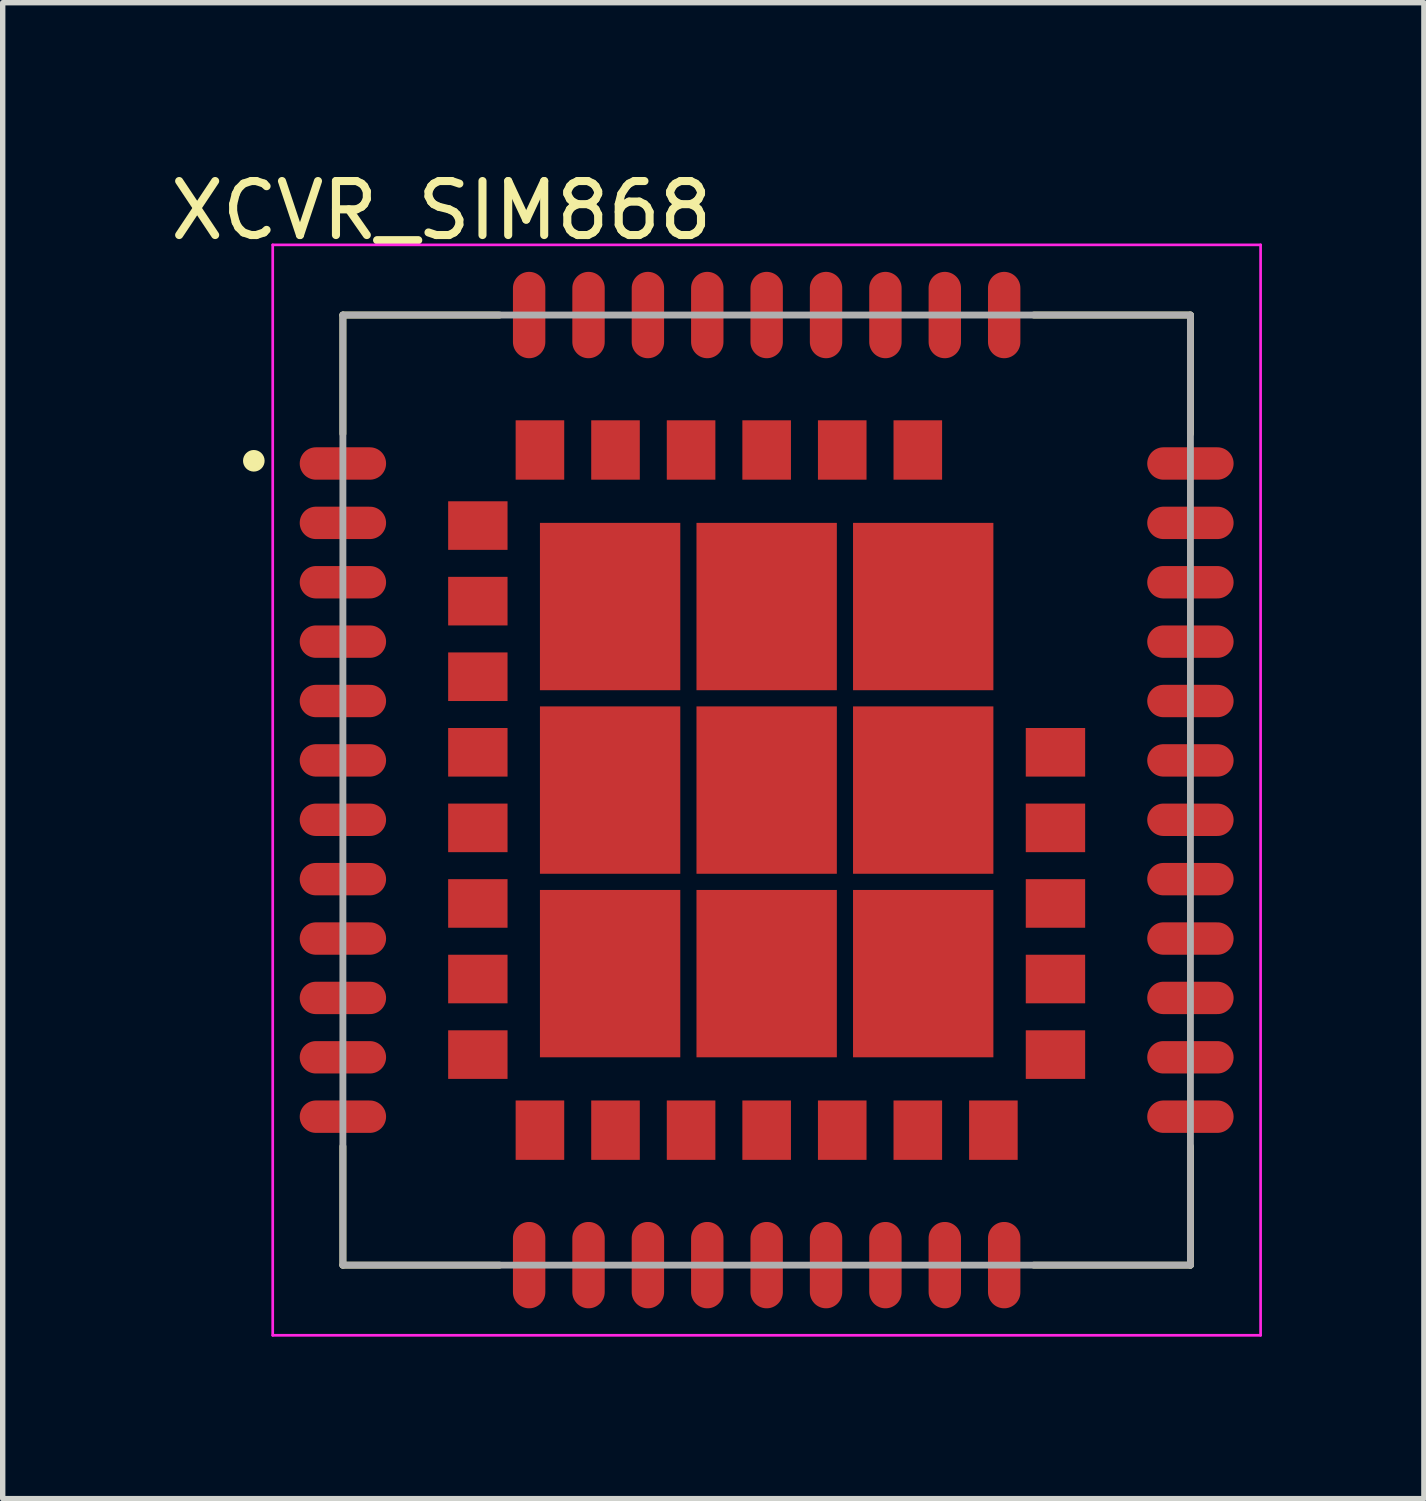
<source format=kicad_pcb>
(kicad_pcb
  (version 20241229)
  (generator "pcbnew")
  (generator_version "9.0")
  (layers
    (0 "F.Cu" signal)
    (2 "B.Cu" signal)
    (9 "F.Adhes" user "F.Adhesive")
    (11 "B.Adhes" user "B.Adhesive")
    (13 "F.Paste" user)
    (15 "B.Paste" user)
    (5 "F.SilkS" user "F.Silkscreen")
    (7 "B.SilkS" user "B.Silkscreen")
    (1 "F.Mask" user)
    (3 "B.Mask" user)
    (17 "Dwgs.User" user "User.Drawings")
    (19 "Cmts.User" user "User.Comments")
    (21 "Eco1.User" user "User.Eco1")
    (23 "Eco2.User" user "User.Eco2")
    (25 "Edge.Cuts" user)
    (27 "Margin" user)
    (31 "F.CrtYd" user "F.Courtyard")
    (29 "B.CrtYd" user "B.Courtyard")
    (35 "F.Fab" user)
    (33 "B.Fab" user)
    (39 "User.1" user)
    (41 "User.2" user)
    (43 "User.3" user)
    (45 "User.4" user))
  (footprint "XCVR_SIM868"
    (layer "F.Cu")
    (at 11.152 11.586)
    (property "Reference" "XCVR_SIM868" (at -6.026 -10.737 0) (layer "F.SilkS") (effects (font (size 1 1) (thickness 0.15))))
    (attr smd)
    (fp_line (start -7.85 -8.8) (end -4.95 -8.8) (stroke (width 0.127) (type solid)) (layer "F.SilkS"))
    (fp_line (start -7.85 -6.6) (end -7.85 -8.8) (stroke (width 0.127) (type solid)) (layer "F.SilkS"))
    (fp_line (start -7.85 6.6) (end -7.85 8.8) (stroke (width 0.127) (type solid)) (layer "F.SilkS"))
    (fp_line (start -7.85 8.8) (end -4.95 8.8) (stroke (width 0.127) (type solid)) (layer "F.SilkS"))
    (fp_line (start 4.95 -8.8) (end 7.85 -8.8) (stroke (width 0.127) (type solid)) (layer "F.SilkS"))
    (fp_line (start 4.95 8.8) (end 7.85 8.8) (stroke (width 0.127) (type solid)) (layer "F.SilkS"))
    (fp_line (start 7.85 -8.8) (end 7.85 -6.6) (stroke (width 0.127) (type solid)) (layer "F.SilkS"))
    (fp_line (start 7.85 8.8) (end 7.85 6.6) (stroke (width 0.127) (type solid)) (layer "F.SilkS"))
    (fp_circle (center -9.5 -6.1) (end -9.4 -6.1) (stroke (width 0.2) (type solid)) (fill no) (layer "F.SilkS"))
    (fp_poly (pts (xy -5.838 5.258) (xy -5.838 4.95) (xy -5.4 4.95) (xy -5.4 5.258)) (stroke (width 0.01) (type solid)) (fill yes) (layer "F.Paste"))
    (fp_poly (pts (xy -5.834 4.854) (xy -5.834 4.55) (xy -5.4 4.55) (xy -5.4 4.854)) (stroke (width 0.01) (type solid)) (fill yes) (layer "F.Paste"))
    (fp_poly (pts (xy -5.834 -0.346) (xy -5.834 -0.655) (xy -5.405 -0.655) (xy -5.405 -0.346)) (stroke (width 0.01) (type solid)) (fill yes) (layer "F.Paste"))
    (fp_poly (pts (xy -5.833 -2.147) (xy -5.833 -2.457) (xy -5.407 -2.457) (xy -5.407 -2.147)) (stroke (width 0.01) (type solid)) (fill yes) (layer "F.Paste"))
    (fp_poly (pts (xy -5.833 3.453) (xy -5.833 3.149) (xy -5.401 3.149) (xy -5.401 3.453)) (stroke (width 0.01) (type solid)) (fill yes) (layer "F.Paste"))
    (fp_poly (pts (xy -5.833 -3.147) (xy -5.833 -3.458) (xy -5.408 -3.458) (xy -5.408 -3.147)) (stroke (width 0.01) (type solid)) (fill yes) (layer "F.Paste"))
    (fp_poly (pts (xy -5.832 2.452) (xy -5.832 2.149) (xy -5.401 2.149) (xy -5.401 2.452)) (stroke (width 0.01) (type solid)) (fill yes) (layer "F.Paste"))
    (fp_poly (pts (xy -5.832 3.852) (xy -5.832 3.55) (xy -5.4 3.55) (xy -5.4 3.852)) (stroke (width 0.01) (type solid)) (fill yes) (layer "F.Paste"))
    (fp_poly (pts (xy -5.832 -3.548) (xy -5.832 -3.858) (xy -5.408 -3.858) (xy -5.408 -3.548)) (stroke (width 0.01) (type solid)) (fill yes) (layer "F.Paste"))
    (fp_poly (pts (xy -5.832 1.052) (xy -5.832 0.749) (xy -5.401 0.749) (xy -5.401 1.052)) (stroke (width 0.01) (type solid)) (fill yes) (layer "F.Paste"))
    (fp_poly (pts (xy -5.831 -4.549) (xy -5.831 -4.858) (xy -5.408 -4.858) (xy -5.408 -4.549)) (stroke (width 0.01) (type solid)) (fill yes) (layer "F.Paste"))
    (fp_poly (pts (xy -5.831 -4.949) (xy -5.831 -5.259) (xy -5.409 -5.259) (xy -5.409 -4.949)) (stroke (width 0.01) (type solid)) (fill yes) (layer "F.Paste"))
    (fp_poly (pts (xy -5.831 2.051) (xy -5.831 1.75) (xy -5.4 1.75) (xy -5.4 2.051)) (stroke (width 0.01) (type solid)) (fill yes) (layer "F.Paste"))
    (fp_poly (pts (xy -5.831 -1.749) (xy -5.831 -2.051) (xy -5.401 -2.051) (xy -5.401 -1.749)) (stroke (width 0.01) (type solid)) (fill yes) (layer "F.Paste"))
    (fp_poly (pts (xy -5.831 0.651) (xy -5.831 0.35) (xy -5.4 0.35) (xy -5.4 0.651)) (stroke (width 0.01) (type solid)) (fill yes) (layer "F.Paste"))
    (fp_poly (pts (xy -5.83 -0.75) (xy -5.83 -1.05) (xy -5.4 -1.05) (xy -5.4 -0.75)) (stroke (width 0.01) (type solid)) (fill yes) (layer "F.Paste"))
    (fp_poly (pts (xy -5.309 5.259) (xy -5.309 4.95) (xy -4.87 4.95) (xy -4.87 5.259)) (stroke (width 0.01) (type solid)) (fill yes) (layer "F.Paste"))
    (fp_poly (pts (xy -5.306 2.056) (xy -5.306 1.747) (xy -4.873 1.747) (xy -4.873 2.056)) (stroke (width 0.01) (type solid)) (fill yes) (layer "F.Paste"))
    (fp_poly (pts (xy -5.305 4.855) (xy -5.305 4.55) (xy -4.87 4.55) (xy -4.87 4.855)) (stroke (width 0.01) (type solid)) (fill yes) (layer "F.Paste"))
    (fp_poly (pts (xy -5.305 0.655) (xy -5.305 0.346) (xy -4.874 0.346) (xy -4.874 0.655)) (stroke (width 0.01) (type solid)) (fill yes) (layer "F.Paste"))
    (fp_poly (pts (xy -5.305 1.055) (xy -5.305 0.747) (xy -4.873 0.747) (xy -4.873 1.055)) (stroke (width 0.01) (type solid)) (fill yes) (layer "F.Paste"))
    (fp_poly (pts (xy -5.304 3.454) (xy -5.304 3.149) (xy -4.871 3.149) (xy -4.871 3.454)) (stroke (width 0.01) (type solid)) (fill yes) (layer "F.Paste"))
    (fp_poly (pts (xy -5.304 2.454) (xy -5.304 2.149) (xy -4.871 2.149) (xy -4.871 2.454)) (stroke (width 0.01) (type solid)) (fill yes) (layer "F.Paste"))
    (fp_poly (pts (xy -5.302 -0.748) (xy -5.302 -1.053) (xy -4.873 -1.053) (xy -4.873 -0.748)) (stroke (width 0.01) (type solid)) (fill yes) (layer "F.Paste"))
    (fp_poly (pts (xy -5.302 3.852) (xy -5.302 3.55) (xy -4.87 3.55) (xy -4.87 3.852)) (stroke (width 0.01) (type solid)) (fill yes) (layer "F.Paste"))
    (fp_poly (pts (xy -5.301 -3.549) (xy -5.301 -3.857) (xy -4.877 -3.857) (xy -4.877 -3.549)) (stroke (width 0.01) (type solid)) (fill yes) (layer "F.Paste"))
    (fp_poly (pts (xy -5.301 -3.149) (xy -5.301 -3.455) (xy -4.875 -3.455) (xy -4.875 -3.149)) (stroke (width 0.01) (type solid)) (fill yes) (layer "F.Paste"))
    (fp_poly (pts (xy -5.301 -1.749) (xy -5.301 -2.052) (xy -4.872 -2.052) (xy -4.872 -1.749)) (stroke (width 0.01) (type solid)) (fill yes) (layer "F.Paste"))
    (fp_poly (pts (xy -5.301 -0.349) (xy -5.301 -0.651) (xy -4.871 -0.651) (xy -4.871 -0.349)) (stroke (width 0.01) (type solid)) (fill yes) (layer "F.Paste"))
    (fp_poly (pts (xy -5.301 -2.149) (xy -5.301 -2.452) (xy -4.872 -2.452) (xy -4.872 -2.149)) (stroke (width 0.01) (type solid)) (fill yes) (layer "F.Paste"))
    (fp_poly (pts (xy -5.301 -4.549) (xy -5.301 -4.859) (xy -4.879 -4.859) (xy -4.879 -4.549)) (stroke (width 0.01) (type solid)) (fill yes) (layer "F.Paste"))
    (fp_poly (pts (xy -5.3 -4.95) (xy -5.3 -5.254) (xy -4.874 -5.254) (xy -4.874 -4.95)) (stroke (width 0.01) (type solid)) (fill yes) (layer "F.Paste"))
    (fp_poly (pts (xy -4.555 -6.25) (xy -4.25 -6.25) (xy -4.25 -5.827) (xy -4.555 -5.827)) (stroke (width 0.01) (type solid)) (fill yes) (layer "F.Paste"))
    (fp_poly (pts (xy -4.554 5.82) (xy -4.25 5.82) (xy -4.25 6.256) (xy -4.554 6.256)) (stroke (width 0.01) (type solid)) (fill yes) (layer "F.Paste"))
    (fp_poly (pts (xy -4.554 6.35) (xy -4.25 6.35) (xy -4.25 6.786) (xy -4.554 6.786)) (stroke (width 0.01) (type solid)) (fill yes) (layer "F.Paste"))
    (fp_poly (pts (xy -4.554 -6.78) (xy -4.25 -6.78) (xy -4.25 -6.356) (xy -4.554 -6.356)) (stroke (width 0.01) (type solid)) (fill yes) (layer "F.Paste"))
    (fp_poly (pts (xy -4.156 5.82) (xy -3.85 5.82) (xy -3.85 6.26) (xy -4.156 6.26)) (stroke (width 0.01) (type solid)) (fill yes) (layer "F.Paste"))
    (fp_poly (pts (xy -4.155 -6.25) (xy -3.85 -6.25) (xy -3.85 -5.827) (xy -4.155 -5.827)) (stroke (width 0.01) (type solid)) (fill yes) (layer "F.Paste"))
    (fp_poly (pts (xy -4.153 -6.78) (xy -3.85 -6.78) (xy -3.85 -6.355) (xy -4.153 -6.355)) (stroke (width 0.01) (type solid)) (fill yes) (layer "F.Paste"))
    (fp_poly (pts (xy -4.151 6.35) (xy -3.85 6.35) (xy -3.85 6.782) (xy -4.151 6.782)) (stroke (width 0.01) (type solid)) (fill yes) (layer "F.Paste"))
    (fp_poly (pts (xy -3.907 -1.25) (xy -3.2 -1.25) (xy -3.2 -0.301) (xy -3.907 -0.301)) (stroke (width 0.01) (type solid)) (fill yes) (layer "F.Paste"))
    (fp_poly (pts (xy -3.905 3.7) (xy -3.2 3.7) (xy -3.2 4.656) (xy -3.905 4.656)) (stroke (width 0.01) (type solid)) (fill yes) (layer "F.Paste"))
    (fp_poly (pts (xy -3.905 2.15) (xy -3.2 2.15) (xy -3.2 3.104) (xy -3.905 3.104)) (stroke (width 0.01) (type solid)) (fill yes) (layer "F.Paste"))
    (fp_poly (pts (xy -3.905 -3.1) (xy -3.2 -3.1) (xy -3.2 -2.153) (xy -3.905 -2.153)) (stroke (width 0.01) (type solid)) (fill yes) (layer "F.Paste"))
    (fp_poly (pts (xy -3.904 -4.65) (xy -3.2 -4.65) (xy -3.2 -3.704) (xy -3.904 -3.704)) (stroke (width 0.01) (type solid)) (fill yes) (layer "F.Paste"))
    (fp_poly (pts (xy -3.903 0.3) (xy -3.2 0.3) (xy -3.2 1.251) (xy -3.903 1.251)) (stroke (width 0.01) (type solid)) (fill yes) (layer "F.Paste"))
    (fp_poly (pts (xy -3.155 -6.25) (xy -2.85 -6.25) (xy -2.85 -5.83) (xy -3.155 -5.83)) (stroke (width 0.01) (type solid)) (fill yes) (layer "F.Paste"))
    (fp_poly (pts (xy -3.154 6.35) (xy -2.85 6.35) (xy -2.85 6.788) (xy -3.154 6.788)) (stroke (width 0.01) (type solid)) (fill yes) (layer "F.Paste"))
    (fp_poly (pts (xy -3.153 -6.78) (xy -2.85 -6.78) (xy -2.85 -6.356) (xy -3.153 -6.356)) (stroke (width 0.01) (type solid)) (fill yes) (layer "F.Paste"))
    (fp_poly (pts (xy -3.151 5.82) (xy -2.85 5.82) (xy -2.85 6.252) (xy -3.151 6.252)) (stroke (width 0.01) (type solid)) (fill yes) (layer "F.Paste"))
    (fp_poly (pts (xy -2.754 5.82) (xy -2.45 5.82) (xy -2.45 6.26) (xy -2.754 6.26)) (stroke (width 0.01) (type solid)) (fill yes) (layer "F.Paste"))
    (fp_poly (pts (xy -2.754 6.35) (xy -2.45 6.35) (xy -2.45 6.789) (xy -2.754 6.789)) (stroke (width 0.01) (type solid)) (fill yes) (layer "F.Paste"))
    (fp_poly (pts (xy -2.752 -6.78) (xy -2.45 -6.78) (xy -2.45 -6.355) (xy -2.752 -6.355)) (stroke (width 0.01) (type solid)) (fill yes) (layer "F.Paste"))
    (fp_poly (pts (xy -2.752 -6.25) (xy -2.45 -6.25) (xy -2.45 -5.823) (xy -2.752 -5.823)) (stroke (width 0.01) (type solid)) (fill yes) (layer "F.Paste"))
    (fp_poly (pts (xy -2.604 3.7) (xy -1.9 3.7) (xy -1.9 4.658) (xy -2.604 4.658)) (stroke (width 0.01) (type solid)) (fill yes) (layer "F.Paste"))
    (fp_poly (pts (xy -2.603 -3.1) (xy -1.9 -3.1) (xy -1.9 -2.153) (xy -2.603 -2.153)) (stroke (width 0.01) (type solid)) (fill yes) (layer "F.Paste"))
    (fp_poly (pts (xy -2.602 0.3) (xy -1.9 0.3) (xy -1.9 1.251) (xy -2.602 1.251)) (stroke (width 0.01) (type solid)) (fill yes) (layer "F.Paste"))
    (fp_poly (pts (xy -2.602 -4.65) (xy -1.9 -4.65) (xy -1.9 -3.703) (xy -2.602 -3.703)) (stroke (width 0.01) (type solid)) (fill yes) (layer "F.Paste"))
    (fp_poly (pts (xy -2.6 -1.25) (xy -1.9 -1.25) (xy -1.9 -0.3) (xy -2.6 -0.3)) (stroke (width 0.01) (type solid)) (fill yes) (layer "F.Paste"))
    (fp_poly (pts (xy -2.6 2.15) (xy -1.9 2.15) (xy -1.9 3.1) (xy -2.6 3.1)) (stroke (width 0.01) (type solid)) (fill yes) (layer "F.Paste"))
    (fp_poly (pts (xy -1.753 5.82) (xy -1.45 5.82) (xy -1.45 6.26) (xy -1.753 6.26)) (stroke (width 0.01) (type solid)) (fill yes) (layer "F.Paste"))
    (fp_poly (pts (xy -1.751 -6.25) (xy -1.45 -6.25) (xy -1.45 -5.823) (xy -1.751 -5.823)) (stroke (width 0.01) (type solid)) (fill yes) (layer "F.Paste"))
    (fp_poly (pts (xy -1.751 -6.78) (xy -1.45 -6.78) (xy -1.45 -6.352) (xy -1.751 -6.352)) (stroke (width 0.01) (type solid)) (fill yes) (layer "F.Paste"))
    (fp_poly (pts (xy -1.75 6.35) (xy -1.45 6.35) (xy -1.45 6.782) (xy -1.75 6.782)) (stroke (width 0.01) (type solid)) (fill yes) (layer "F.Paste"))
    (fp_poly (pts (xy -1.353 -6.78) (xy -1.05 -6.78) (xy -1.05 -6.363) (xy -1.353 -6.363)) (stroke (width 0.01) (type solid)) (fill yes) (layer "F.Paste"))
    (fp_poly (pts (xy -1.352 5.82) (xy -1.05 5.82) (xy -1.05 6.259) (xy -1.352 6.259)) (stroke (width 0.01) (type solid)) (fill yes) (layer "F.Paste"))
    (fp_poly (pts (xy -1.351 6.35) (xy -1.05 6.35) (xy -1.05 6.788) (xy -1.351 6.788)) (stroke (width 0.01) (type solid)) (fill yes) (layer "F.Paste"))
    (fp_poly (pts (xy -1.351 -6.25) (xy -1.05 -6.25) (xy -1.05 -5.824) (xy -1.351 -5.824)) (stroke (width 0.01) (type solid)) (fill yes) (layer "F.Paste"))
    (fp_poly (pts (xy -1.002 -1.25) (xy -0.3 -1.25) (xy -0.3 -0.301) (xy -1.002 -0.301)) (stroke (width 0.01) (type solid)) (fill yes) (layer "F.Paste"))
    (fp_poly (pts (xy -1.002 2.15) (xy -0.3 2.15) (xy -0.3 3.105) (xy -1.002 3.105)) (stroke (width 0.01) (type solid)) (fill yes) (layer "F.Paste"))
    (fp_poly (pts (xy -1.001 3.7) (xy -0.3 3.7) (xy -0.3 4.655) (xy -1.001 4.655)) (stroke (width 0.01) (type solid)) (fill yes) (layer "F.Paste"))
    (fp_poly (pts (xy -1.001 -4.65) (xy -0.3 -4.65) (xy -0.3 -3.704) (xy -1.001 -3.704)) (stroke (width 0.01) (type solid)) (fill yes) (layer "F.Paste"))
    (fp_poly (pts (xy -1.001 0.3) (xy -0.3 0.3) (xy -0.3 1.251) (xy -1.001 1.251)) (stroke (width 0.01) (type solid)) (fill yes) (layer "F.Paste"))
    (fp_poly (pts (xy -1.001 -3.1) (xy -0.3 -3.1) (xy -0.3 -2.151) (xy -1.001 -2.151)) (stroke (width 0.01) (type solid)) (fill yes) (layer "F.Paste"))
    (fp_poly (pts (xy -0.351 -6.25) (xy -0.05 -6.25) (xy -0.05 -5.83) (xy -0.351 -5.83)) (stroke (width 0.01) (type solid)) (fill yes) (layer "F.Paste"))
    (fp_poly (pts (xy -0.35 -6.78) (xy -0.05 -6.78) (xy -0.05 -6.351) (xy -0.35 -6.351)) (stroke (width 0.01) (type solid)) (fill yes) (layer "F.Paste"))
    (fp_poly (pts (xy -0.35 5.82) (xy -0.05 5.82) (xy -0.05 6.251) (xy -0.35 6.251)) (stroke (width 0.01) (type solid)) (fill yes) (layer "F.Paste"))
    (fp_poly (pts (xy -0.35 6.35) (xy -0.05 6.35) (xy -0.05 6.781) (xy -0.35 6.781)) (stroke (width 0.01) (type solid)) (fill yes) (layer "F.Paste"))
    (fp_poly (pts (xy 0.05 -6.78) (xy 0.35 -6.78) (xy 0.35 -6.353) (xy 0.05 -6.353)) (stroke (width 0.01) (type solid)) (fill yes) (layer "F.Paste"))
    (fp_poly (pts (xy 0.05 5.82) (xy 0.35 5.82) (xy 0.35 6.254) (xy 0.05 6.254)) (stroke (width 0.01) (type solid)) (fill yes) (layer "F.Paste"))
    (fp_poly (pts (xy 0.05 -6.25) (xy 0.35 -6.25) (xy 0.35 -5.829) (xy 0.05 -5.829)) (stroke (width 0.01) (type solid)) (fill yes) (layer "F.Paste"))
    (fp_poly (pts (xy 0.05 6.35) (xy 0.35 6.35) (xy 0.35 6.791) (xy 0.05 6.791)) (stroke (width 0.01) (type solid)) (fill yes) (layer "F.Paste"))
    (fp_poly (pts (xy 0.3 0.3) (xy 1 0.3) (xy 1 1.25) (xy 0.3 1.25)) (stroke (width 0.01) (type solid)) (fill yes) (layer "F.Paste"))
    (fp_poly (pts (xy 0.3 3.7) (xy 1 3.7) (xy 1 4.651) (xy 0.3 4.651)) (stroke (width 0.01) (type solid)) (fill yes) (layer "F.Paste"))
    (fp_poly (pts (xy 0.3 -4.65) (xy 1 -4.65) (xy 1 -3.704) (xy 0.3 -3.704)) (stroke (width 0.01) (type solid)) (fill yes) (layer "F.Paste"))
    (fp_poly (pts (xy 0.3 -1.25) (xy 1 -1.25) (xy 1 -0.3) (xy 0.3 -0.3)) (stroke (width 0.01) (type solid)) (fill yes) (layer "F.Paste"))
    (fp_poly (pts (xy 0.3 2.15) (xy 1 2.15) (xy 1 3.105) (xy 0.3 3.105)) (stroke (width 0.01) (type solid)) (fill yes) (layer "F.Paste"))
    (fp_poly (pts (xy 0.301 -3.1) (xy 1 -3.1) (xy 1 -2.154) (xy 0.301 -2.154)) (stroke (width 0.01) (type solid)) (fill yes) (layer "F.Paste"))
    (fp_poly (pts (xy 1.05 -6.25) (xy 1.35 -6.25) (xy 1.35 -5.821) (xy 1.05 -5.821)) (stroke (width 0.01) (type solid)) (fill yes) (layer "F.Paste"))
    (fp_poly (pts (xy 1.05 5.82) (xy 1.35 5.82) (xy 1.35 6.252) (xy 1.05 6.252)) (stroke (width 0.01) (type solid)) (fill yes) (layer "F.Paste"))
    (fp_poly (pts (xy 1.051 -6.78) (xy 1.35 -6.78) (xy 1.35 -6.356) (xy 1.051 -6.356)) (stroke (width 0.01) (type solid)) (fill yes) (layer "F.Paste"))
    (fp_poly (pts (xy 1.051 6.35) (xy 1.35 6.35) (xy 1.35 6.787) (xy 1.051 6.787)) (stroke (width 0.01) (type solid)) (fill yes) (layer "F.Paste"))
    (fp_poly (pts (xy 1.451 6.35) (xy 1.75 6.35) (xy 1.75 6.785) (xy 1.451 6.785)) (stroke (width 0.01) (type solid)) (fill yes) (layer "F.Paste"))
    (fp_poly (pts (xy 1.451 -6.78) (xy 1.75 -6.78) (xy 1.75 -6.355) (xy 1.451 -6.355)) (stroke (width 0.01) (type solid)) (fill yes) (layer "F.Paste"))
    (fp_poly (pts (xy 1.452 5.82) (xy 1.75 5.82) (xy 1.75 6.257) (xy 1.452 6.257)) (stroke (width 0.01) (type solid)) (fill yes) (layer "F.Paste"))
    (fp_poly (pts (xy 1.452 -6.25) (xy 1.75 -6.25) (xy 1.75 -5.83) (xy 1.452 -5.83)) (stroke (width 0.01) (type solid)) (fill yes) (layer "F.Paste"))
    (fp_poly (pts (xy 1.9 2.15) (xy 2.6 2.15) (xy 2.6 3.1) (xy 1.9 3.1)) (stroke (width 0.01) (type solid)) (fill yes) (layer "F.Paste"))
    (fp_poly (pts (xy 1.902 -4.65) (xy 2.6 -4.65) (xy 2.6 -3.704) (xy 1.902 -3.704)) (stroke (width 0.01) (type solid)) (fill yes) (layer "F.Paste"))
    (fp_poly (pts (xy 1.902 -3.1) (xy 2.6 -3.1) (xy 2.6 -2.153) (xy 1.902 -2.153)) (stroke (width 0.01) (type solid)) (fill yes) (layer "F.Paste"))
    (fp_poly (pts (xy 1.903 0.3) (xy 2.6 0.3) (xy 2.6 1.252) (xy 1.903 1.252)) (stroke (width 0.01) (type solid)) (fill yes) (layer "F.Paste"))
    (fp_poly (pts (xy 1.903 3.7) (xy 2.6 3.7) (xy 2.6 4.657) (xy 1.903 4.657)) (stroke (width 0.01) (type solid)) (fill yes) (layer "F.Paste"))
    (fp_poly (pts (xy 1.903 -1.25) (xy 2.6 -1.25) (xy 2.6 -0.3) (xy 1.903 -0.3)) (stroke (width 0.01) (type solid)) (fill yes) (layer "F.Paste"))
    (fp_poly (pts (xy 2.452 5.82) (xy 2.75 5.82) (xy 2.75 6.254) (xy 2.452 6.254)) (stroke (width 0.01) (type solid)) (fill yes) (layer "F.Paste"))
    (fp_poly (pts (xy 2.453 -6.78) (xy 2.75 -6.78) (xy 2.75 -6.358) (xy 2.453 -6.358)) (stroke (width 0.01) (type solid)) (fill yes) (layer "F.Paste"))
    (fp_poly (pts (xy 2.453 -6.25) (xy 2.75 -6.25) (xy 2.75 -5.828) (xy 2.453 -5.828)) (stroke (width 0.01) (type solid)) (fill yes) (layer "F.Paste"))
    (fp_poly (pts (xy 2.454 6.35) (xy 2.75 6.35) (xy 2.75 6.792) (xy 2.454 6.792)) (stroke (width 0.01) (type solid)) (fill yes) (layer "F.Paste"))
    (fp_poly (pts (xy 2.85 5.82) (xy 3.15 5.82) (xy 3.15 6.251) (xy 2.85 6.251)) (stroke (width 0.01) (type solid)) (fill yes) (layer "F.Paste"))
    (fp_poly (pts (xy 2.85 6.35) (xy 3.15 6.35) (xy 3.15 6.781) (xy 2.85 6.781)) (stroke (width 0.01) (type solid)) (fill yes) (layer "F.Paste"))
    (fp_poly (pts (xy 2.853 -6.78) (xy 3.15 -6.78) (xy 3.15 -6.356) (xy 2.853 -6.356)) (stroke (width 0.01) (type solid)) (fill yes) (layer "F.Paste"))
    (fp_poly (pts (xy 2.854 -6.25) (xy 3.15 -6.25) (xy 3.15 -5.829) (xy 2.854 -5.829)) (stroke (width 0.01) (type solid)) (fill yes) (layer "F.Paste"))
    (fp_poly (pts (xy 3.202 3.7) (xy 3.9 3.7) (xy 3.9 4.653) (xy 3.202 4.653)) (stroke (width 0.01) (type solid)) (fill yes) (layer "F.Paste"))
    (fp_poly (pts (xy 3.202 -3.1) (xy 3.9 -3.1) (xy 3.9 -2.151) (xy 3.202 -2.151)) (stroke (width 0.01) (type solid)) (fill yes) (layer "F.Paste"))
    (fp_poly (pts (xy 3.203 2.15) (xy 3.9 2.15) (xy 3.9 3.103) (xy 3.203 3.103)) (stroke (width 0.01) (type solid)) (fill yes) (layer "F.Paste"))
    (fp_poly (pts (xy 3.204 -1.25) (xy 3.9 -1.25) (xy 3.9 -0.3) (xy 3.204 -0.3)) (stroke (width 0.01) (type solid)) (fill yes) (layer "F.Paste"))
    (fp_poly (pts (xy 3.205 -4.65) (xy 3.9 -4.65) (xy 3.9 -3.705) (xy 3.205 -3.705)) (stroke (width 0.01) (type solid)) (fill yes) (layer "F.Paste"))
    (fp_poly (pts (xy 3.206 0.3) (xy 3.9 0.3) (xy 3.9 1.252) (xy 3.206 1.252)) (stroke (width 0.01) (type solid)) (fill yes) (layer "F.Paste"))
    (fp_poly (pts (xy 3.851 6.35) (xy 4.15 6.35) (xy 4.15 6.781) (xy 3.851 6.781)) (stroke (width 0.01) (type solid)) (fill yes) (layer "F.Paste"))
    (fp_poly (pts (xy 3.851 5.82) (xy 4.15 5.82) (xy 4.15 6.252) (xy 3.851 6.252)) (stroke (width 0.01) (type solid)) (fill yes) (layer "F.Paste"))
    (fp_poly (pts (xy 4.251 6.35) (xy 4.55 6.35) (xy 4.55 6.782) (xy 4.251 6.782)) (stroke (width 0.01) (type solid)) (fill yes) (layer "F.Paste"))
    (fp_poly (pts (xy 4.258 5.82) (xy 4.55 5.82) (xy 4.55 6.261) (xy 4.258 6.261)) (stroke (width 0.01) (type solid)) (fill yes) (layer "F.Paste"))
    (fp_poly (pts (xy 4.87 5.25) (xy 4.87 4.96) (xy 5.31 4.96) (xy 5.31 5.25)) (stroke (width 0.01) (type solid)) (fill yes) (layer "F.Paste"))
    (fp_poly (pts (xy 4.87 4.85) (xy 4.87 4.556) (xy 5.306 4.556) (xy 5.306 4.85)) (stroke (width 0.01) (type solid)) (fill yes) (layer "F.Paste"))
    (fp_poly (pts (xy 4.87 3.45) (xy 4.87 3.151) (xy 5.301 3.151) (xy 5.301 3.45)) (stroke (width 0.01) (type solid)) (fill yes) (layer "F.Paste"))
    (fp_poly (pts (xy 4.87 2.05) (xy 4.87 1.751) (xy 5.301 1.751) (xy 5.301 2.05)) (stroke (width 0.01) (type solid)) (fill yes) (layer "F.Paste"))
    (fp_poly (pts (xy 4.871 3.849) (xy 4.871 3.557) (xy 5.307 3.557) (xy 5.307 3.849)) (stroke (width 0.01) (type solid)) (fill yes) (layer "F.Paste"))
    (fp_poly (pts (xy 4.871 -0.351) (xy 4.871 -0.649) (xy 5.301 -0.649) (xy 5.301 -0.351)) (stroke (width 0.01) (type solid)) (fill yes) (layer "F.Paste"))
    (fp_poly (pts (xy 4.871 -0.751) (xy 4.871 -1.049) (xy 5.301 -1.049) (xy 5.301 -0.751)) (stroke (width 0.01) (type solid)) (fill yes) (layer "F.Paste"))
    (fp_poly (pts (xy 4.872 2.448) (xy 4.872 2.155) (xy 5.305 2.155) (xy 5.305 2.448)) (stroke (width 0.01) (type solid)) (fill yes) (layer "F.Paste"))
    (fp_poly (pts (xy 4.872 0.648) (xy 4.872 0.353) (xy 5.303 0.353) (xy 5.303 0.648)) (stroke (width 0.01) (type solid)) (fill yes) (layer "F.Paste"))
    (fp_poly (pts (xy 4.873 1.047) (xy 4.873 0.755) (xy 5.305 0.755) (xy 5.305 1.047)) (stroke (width 0.01) (type solid)) (fill yes) (layer "F.Paste"))
    (fp_poly (pts (xy 5.4 5.25) (xy 5.4 4.954) (xy 5.834 4.954) (xy 5.834 5.25)) (stroke (width 0.01) (type solid)) (fill yes) (layer "F.Paste"))
    (fp_poly (pts (xy 5.401 4.849) (xy 5.401 4.56) (xy 5.84 4.56) (xy 5.84 4.849)) (stroke (width 0.01) (type solid)) (fill yes) (layer "F.Paste"))
    (fp_poly (pts (xy 5.401 1.049) (xy 5.401 0.751) (xy 5.831 0.751) (xy 5.831 1.049)) (stroke (width 0.01) (type solid)) (fill yes) (layer "F.Paste"))
    (fp_poly (pts (xy 5.401 2.049) (xy 5.401 1.752) (xy 5.832 1.752) (xy 5.832 2.049)) (stroke (width 0.01) (type solid)) (fill yes) (layer "F.Paste"))
    (fp_poly (pts (xy 5.401 3.449) (xy 5.401 3.154) (xy 5.834 3.154) (xy 5.834 3.449)) (stroke (width 0.01) (type solid)) (fill yes) (layer "F.Paste"))
    (fp_poly (pts (xy 5.401 3.849) (xy 5.401 3.557) (xy 5.837 3.557) (xy 5.837 3.849)) (stroke (width 0.01) (type solid)) (fill yes) (layer "F.Paste"))
    (fp_poly (pts (xy 5.401 0.649) (xy 5.401 0.352) (xy 5.832 0.352) (xy 5.832 0.649)) (stroke (width 0.01) (type solid)) (fill yes) (layer "F.Paste"))
    (fp_poly (pts (xy 5.401 -0.751) (xy 5.401 -1.049) (xy 5.831 -1.049) (xy 5.831 -0.751)) (stroke (width 0.01) (type solid)) (fill yes) (layer "F.Paste"))
    (fp_poly (pts (xy 5.402 2.448) (xy 5.402 2.155) (xy 5.835 2.155) (xy 5.835 2.448)) (stroke (width 0.01) (type solid)) (fill yes) (layer "F.Paste"))
    (fp_poly (pts (xy 5.406 -0.356) (xy 5.406 -0.645) (xy 5.835 -0.645) (xy 5.835 -0.356)) (stroke (width 0.01) (type solid)) (fill yes) (layer "F.Paste"))
    (fp_line (start -9.15 -10.1) (end 9.15 -10.1) (stroke (width 0.05) (type solid)) (layer "F.CrtYd"))
    (fp_line (start -9.15 10.1) (end -9.15 -10.1) (stroke (width 0.05) (type solid)) (layer "F.CrtYd"))
    (fp_line (start 9.15 -10.1) (end 9.15 10.1) (stroke (width 0.05) (type solid)) (layer "F.CrtYd"))
    (fp_line (start 9.15 10.1) (end -9.15 10.1) (stroke (width 0.05) (type solid)) (layer "F.CrtYd"))
    (fp_line (start -7.85 -8.8) (end 7.85 -8.8) (stroke (width 0.127) (type solid)) (layer "F.Fab"))
    (fp_line (start -7.85 8.8) (end -7.85 -8.8) (stroke (width 0.127) (type solid)) (layer "F.Fab"))
    (fp_line (start 7.85 -8.8) (end 7.85 8.8) (stroke (width 0.127) (type solid)) (layer "F.Fab"))
    (fp_line (start 7.85 8.8) (end -7.85 8.8) (stroke (width 0.127) (type solid)) (layer "F.Fab"))
    (pad "1" smd oval (at -7.85 -6.05) (size 1.6 0.6) (layers "F.Cu" "F.Mask" "F.Paste"))
    (pad "2" smd oval (at -7.85 -4.95) (size 1.6 0.6) (layers "F.Cu" "F.Mask" "F.Paste"))
    (pad "3" smd oval (at -7.85 -3.85) (size 1.6 0.6) (layers "F.Cu" "F.Mask" "F.Paste"))
    (pad "4" smd oval (at -7.85 -2.75) (size 1.6 0.6) (layers "F.Cu" "F.Mask" "F.Paste"))
    (pad "5" smd oval (at -7.85 -1.65) (size 1.6 0.6) (layers "F.Cu" "F.Mask" "F.Paste"))
    (pad "6" smd oval (at -7.85 -0.55) (size 1.6 0.6) (layers "F.Cu" "F.Mask" "F.Paste"))
    (pad "7" smd oval (at -7.85 0.55) (size 1.6 0.6) (layers "F.Cu" "F.Mask" "F.Paste"))
    (pad "8" smd oval (at -7.85 1.65) (size 1.6 0.6) (layers "F.Cu" "F.Mask" "F.Paste"))
    (pad "9" smd oval (at -7.85 2.75) (size 1.6 0.6) (layers "F.Cu" "F.Mask" "F.Paste"))
    (pad "10" smd oval (at -7.85 3.85) (size 1.6 0.6) (layers "F.Cu" "F.Mask" "F.Paste"))
    (pad "11" smd oval (at -7.85 4.95) (size 1.6 0.6) (layers "F.Cu" "F.Mask" "F.Paste"))
    (pad "12" smd oval (at -7.85 6.05) (size 1.6 0.6) (layers "F.Cu" "F.Mask" "F.Paste"))
    (pad "13" smd oval (at -4.4 8.8) (size 0.6 1.6) (layers "F.Cu" "F.Mask" "F.Paste"))
    (pad "14" smd oval (at -3.3 8.8) (size 0.6 1.6) (layers "F.Cu" "F.Mask" "F.Paste"))
    (pad "15" smd oval (at -2.2 8.8) (size 0.6 1.6) (layers "F.Cu" "F.Mask" "F.Paste"))
    (pad "16" smd oval (at -1.1 8.8) (size 0.6 1.6) (layers "F.Cu" "F.Mask" "F.Paste"))
    (pad "17" smd oval (at 0 8.8) (size 0.6 1.6) (layers "F.Cu" "F.Mask" "F.Paste"))
    (pad "18" smd oval (at 1.1 8.8) (size 0.6 1.6) (layers "F.Cu" "F.Mask" "F.Paste"))
    (pad "19" smd oval (at 2.2 8.8) (size 0.6 1.6) (layers "F.Cu" "F.Mask" "F.Paste"))
    (pad "20" smd oval (at 3.3 8.8) (size 0.6 1.6) (layers "F.Cu" "F.Mask" "F.Paste"))
    (pad "21" smd oval (at 4.4 8.8) (size 0.6 1.6) (layers "F.Cu" "F.Mask" "F.Paste"))
    (pad "22" smd oval (at 7.85 6.05) (size 1.6 0.6) (layers "F.Cu" "F.Mask" "F.Paste"))
    (pad "23" smd oval (at 7.85 4.95) (size 1.6 0.6) (layers "F.Cu" "F.Mask" "F.Paste"))
    (pad "24" smd oval (at 7.85 3.85) (size 1.6 0.6) (layers "F.Cu" "F.Mask" "F.Paste"))
    (pad "25" smd oval (at 7.85 2.75) (size 1.6 0.6) (layers "F.Cu" "F.Mask" "F.Paste"))
    (pad "26" smd oval (at 7.85 1.65) (size 1.6 0.6) (layers "F.Cu" "F.Mask" "F.Paste"))
    (pad "27" smd oval (at 7.85 0.55) (size 1.6 0.6) (layers "F.Cu" "F.Mask" "F.Paste"))
    (pad "28" smd oval (at 7.85 -0.55) (size 1.6 0.6) (layers "F.Cu" "F.Mask" "F.Paste"))
    (pad "29" smd oval (at 7.85 -1.65) (size 1.6 0.6) (layers "F.Cu" "F.Mask" "F.Paste"))
    (pad "30" smd oval (at 7.85 -2.75) (size 1.6 0.6) (layers "F.Cu" "F.Mask" "F.Paste"))
    (pad "31" smd oval (at 7.85 -3.85) (size 1.6 0.6) (layers "F.Cu" "F.Mask" "F.Paste"))
    (pad "32" smd oval (at 7.85 -4.95) (size 1.6 0.6) (layers "F.Cu" "F.Mask" "F.Paste"))
    (pad "33" smd oval (at 7.85 -6.05) (size 1.6 0.6) (layers "F.Cu" "F.Mask" "F.Paste"))
    (pad "34" smd oval (at 4.4 -8.8) (size 0.6 1.6) (layers "F.Cu" "F.Mask" "F.Paste"))
    (pad "35" smd oval (at 3.3 -8.8) (size 0.6 1.6) (layers "F.Cu" "F.Mask" "F.Paste"))
    (pad "36" smd oval (at 2.2 -8.8) (size 0.6 1.6) (layers "F.Cu" "F.Mask" "F.Paste"))
    (pad "37" smd oval (at 1.1 -8.8) (size 0.6 1.6) (layers "F.Cu" "F.Mask" "F.Paste"))
    (pad "38" smd oval (at 0 -8.8) (size 0.6 1.6) (layers "F.Cu" "F.Mask" "F.Paste"))
    (pad "39" smd oval (at -1.1 -8.8) (size 0.6 1.6) (layers "F.Cu" "F.Mask" "F.Paste"))
    (pad "40" smd oval (at -2.2 -8.8) (size 0.6 1.6) (layers "F.Cu" "F.Mask" "F.Paste"))
    (pad "41" smd oval (at -3.3 -8.8) (size 0.6 1.6) (layers "F.Cu" "F.Mask" "F.Paste"))
    (pad "42" smd oval (at -4.4 -8.8) (size 0.6 1.6) (layers "F.Cu" "F.Mask" "F.Paste"))
    (pad "43" smd rect (at -5.35 -4.9) (size 1.1 0.9) (layers "F.Cu" "F.Mask"))
    (pad "44" smd rect (at -5.35 -3.5) (size 1.1 0.9) (layers "F.Cu" "F.Mask"))
    (pad "45" smd rect (at -5.35 -2.1) (size 1.1 0.9) (layers "F.Cu" "F.Mask"))
    (pad "46" smd rect (at -5.35 -0.7) (size 1.1 0.9) (layers "F.Cu" "F.Mask"))
    (pad "47" smd rect (at -5.35 0.7) (size 1.1 0.9) (layers "F.Cu" "F.Mask"))
    (pad "48" smd rect (at -5.35 2.1) (size 1.1 0.9) (layers "F.Cu" "F.Mask"))
    (pad "49" smd rect (at -5.35 3.5) (size 1.1 0.9) (layers "F.Cu" "F.Mask"))
    (pad "50" smd rect (at -5.35 4.9) (size 1.1 0.9) (layers "F.Cu" "F.Mask"))
    (pad "51" smd rect (at -4.2 6.3) (size 0.9 1.1) (layers "F.Cu" "F.Mask"))
    (pad "52" smd rect (at -2.8 6.3) (size 0.9 1.1) (layers "F.Cu" "F.Mask"))
    (pad "53" smd rect (at -1.4 6.3) (size 0.9 1.1) (layers "F.Cu" "F.Mask"))
    (pad "54" smd rect (at 0 6.3) (size 0.9 1.1) (layers "F.Cu" "F.Mask"))
    (pad "55" smd rect (at 1.4 6.3) (size 0.9 1.1) (layers "F.Cu" "F.Mask"))
    (pad "56" smd rect (at 2.8 6.3) (size 0.9 1.1) (layers "F.Cu" "F.Mask"))
    (pad "57" smd rect (at 4.2 6.3) (size 0.9 1.1) (layers "F.Cu" "F.Mask"))
    (pad "58" smd rect (at 5.35 4.9) (size 1.1 0.9) (layers "F.Cu" "F.Mask"))
    (pad "59" smd rect (at 5.35 3.5) (size 1.1 0.9) (layers "F.Cu" "F.Mask"))
    (pad "60" smd rect (at 5.35 2.1) (size 1.1 0.9) (layers "F.Cu" "F.Mask"))
    (pad "61" smd rect (at 5.35 0.7) (size 1.1 0.9) (layers "F.Cu" "F.Mask"))
    (pad "62" smd rect (at 5.35 -0.7) (size 1.1 0.9) (layers "F.Cu" "F.Mask"))
    (pad "63" smd rect (at 2.8 -6.3) (size 0.9 1.1) (layers "F.Cu" "F.Mask"))
    (pad "64" smd rect (at 1.4 -6.3) (size 0.9 1.1) (layers "F.Cu" "F.Mask"))
    (pad "65" smd rect (at 0 -6.3) (size 0.9 1.1) (layers "F.Cu" "F.Mask"))
    (pad "66" smd rect (at -1.4 -6.3) (size 0.9 1.1) (layers "F.Cu" "F.Mask"))
    (pad "67" smd rect (at -2.8 -6.3) (size 0.9 1.1) (layers "F.Cu" "F.Mask"))
    (pad "68" smd rect (at -4.2 -6.3) (size 0.9 1.1) (layers "F.Cu" "F.Mask"))
    (pad "69" smd rect (at -2.9 -3.4) (size 2.6 3.1) (layers "F.Cu" "F.Mask"))
    (pad "70" smd rect (at -2.9 0) (size 2.6 3.1) (layers "F.Cu" "F.Mask"))
    (pad "71" smd rect (at -2.9 3.4) (size 2.6 3.1) (layers "F.Cu" "F.Mask"))
    (pad "72" smd rect (at 0 3.4) (size 2.6 3.1) (layers "F.Cu" "F.Mask"))
    (pad "73" smd rect (at 2.9 3.4) (size 2.6 3.1) (layers "F.Cu" "F.Mask"))
    (pad "74" smd rect (at 2.9 0) (size 2.6 3.1) (layers "F.Cu" "F.Mask"))
    (pad "75" smd rect (at 2.9 -3.4) (size 2.6 3.1) (layers "F.Cu" "F.Mask"))
    (pad "76" smd rect (at 0 -3.4) (size 2.6 3.1) (layers "F.Cu" "F.Mask"))
    (pad "77" smd rect (at 0 0) (size 2.6 3.1) (layers "F.Cu" "F.Mask")))
  (gr_rect
    (start -3 -3)
    (end 23.327 24.711)
    (stroke (width 0.1) (type default))
    (fill no)
    (layer "Edge.Cuts")))
</source>
